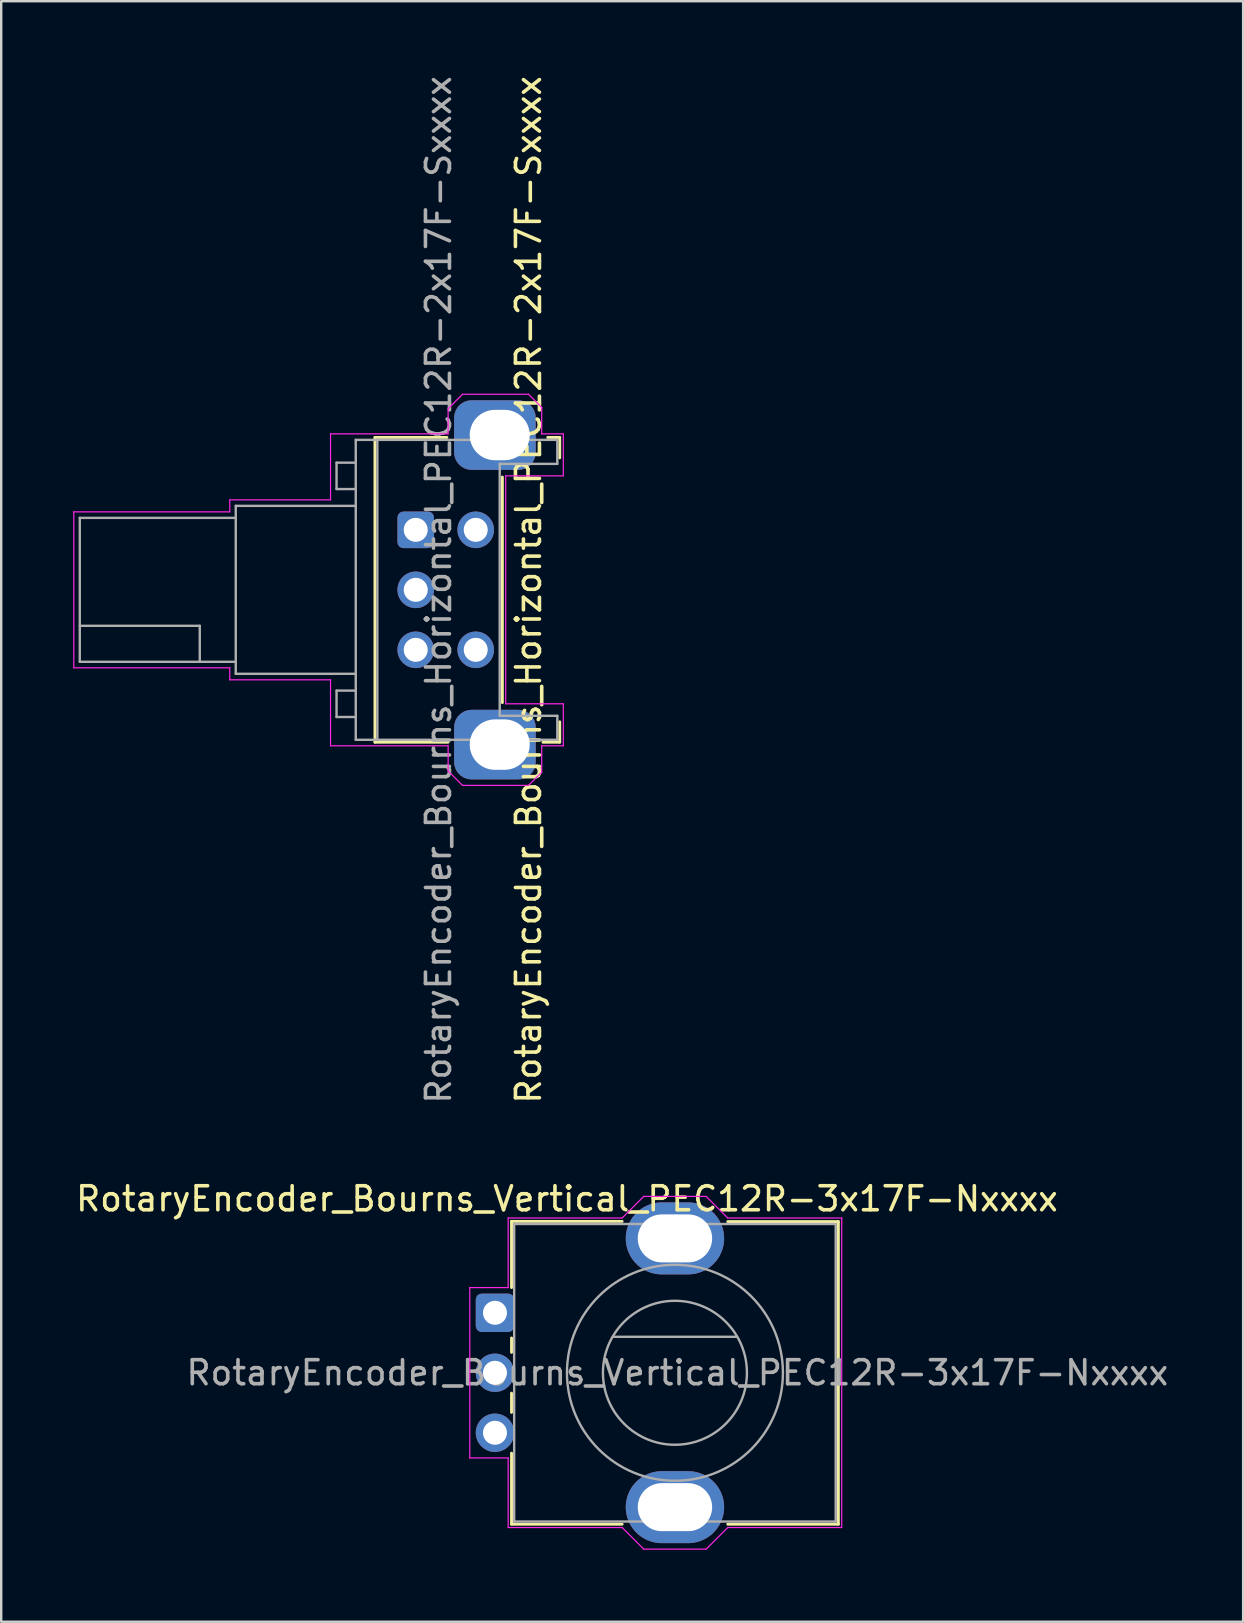
<source format=kicad_pcb>
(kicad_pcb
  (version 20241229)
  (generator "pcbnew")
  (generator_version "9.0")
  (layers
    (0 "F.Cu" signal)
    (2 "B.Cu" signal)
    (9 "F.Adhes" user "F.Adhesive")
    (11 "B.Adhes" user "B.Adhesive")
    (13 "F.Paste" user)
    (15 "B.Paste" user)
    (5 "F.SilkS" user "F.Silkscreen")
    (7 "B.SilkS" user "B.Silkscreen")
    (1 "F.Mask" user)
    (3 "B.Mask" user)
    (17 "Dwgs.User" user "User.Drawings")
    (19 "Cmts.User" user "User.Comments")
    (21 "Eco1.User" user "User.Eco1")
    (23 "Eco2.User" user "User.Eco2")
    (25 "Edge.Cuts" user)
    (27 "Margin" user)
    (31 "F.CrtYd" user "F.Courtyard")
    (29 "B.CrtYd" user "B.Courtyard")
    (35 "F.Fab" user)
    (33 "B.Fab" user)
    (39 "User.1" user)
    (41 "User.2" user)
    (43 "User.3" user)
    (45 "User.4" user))
  (footprint "RotaryEncoder_Bourns_Horizontal_PEC12R-2x17F-Sxxxx"
    (layer "F.Cu")
    (at 14.275 19.03)
    (property "Reference" "RotaryEncoder_Bourns_Horizontal_PEC12R-2x17F-Sxxxx" (at 4.7 2.5 270) (layer "F.SilkS") (effects (font (size 1 1) (thickness 0.15))))
    (attr through_hole)
    (fp_line (start -1.7 -3.85) (end -1.7 8.85) (stroke (width 0.12) (type solid)) (layer "F.SilkS"))
    (fp_line (start -1.7 8.85) (end 1.35 8.85) (stroke (width 0.12) (type solid)) (layer "F.SilkS"))
    (fp_line (start 1.3 -3.85) (end -1.7 -3.85) (stroke (width 0.12) (type solid)) (layer "F.SilkS"))
    (fp_line (start 3.61 -2.2) (end 3.61 7.2) (stroke (width 0.12) (type solid)) (layer "F.SilkS"))
    (fp_line (start 5.3 8.85) (end 6 8.85) (stroke (width 0.12) (type solid)) (layer "F.SilkS"))
    (fp_line (start 6 -3.85) (end 5.5 -3.85) (stroke (width 0.12) (type solid)) (layer "F.SilkS"))
    (fp_line (start 6 -3) (end 6 -3.85) (stroke (width 0.12) (type solid)) (layer "F.SilkS"))
    (fp_line (start 6 8.85) (end 6 8) (stroke (width 0.12) (type solid)) (layer "F.SilkS"))
    (fp_line (start -14.25 -0.75) (end -14.25 5.75) (stroke (width 0.05) (type default)) (layer "F.CrtYd"))
    (fp_line (start -14.25 5.75) (end -7.75 5.75) (stroke (width 0.05) (type default)) (layer "F.CrtYd"))
    (fp_line (start -7.75 -1.25) (end -3.55 -1.25) (stroke (width 0.05) (type default)) (layer "F.CrtYd"))
    (fp_line (start -7.75 -0.75) (end -14.25 -0.75) (stroke (width 0.05) (type default)) (layer "F.CrtYd"))
    (fp_line (start -7.75 -0.75) (end -7.75 -1.25) (stroke (width 0.05) (type default)) (layer "F.CrtYd"))
    (fp_line (start -7.75 5.75) (end -7.75 6.25) (stroke (width 0.05) (type default)) (layer "F.CrtYd"))
    (fp_line (start -7.75 6.25) (end -3.55 6.25) (stroke (width 0.05) (type default)) (layer "F.CrtYd"))
    (fp_line (start -3.55 -4) (end 1.35 -4) (stroke (width 0.05) (type solid)) (layer "F.CrtYd"))
    (fp_line (start -3.55 -1.25) (end -3.55 -4) (stroke (width 0.05) (type solid)) (layer "F.CrtYd"))
    (fp_line (start -3.55 9) (end -3.55 6.25) (stroke (width 0.05) (type solid)) (layer "F.CrtYd"))
    (fp_line (start 1.35 -5.05) (end 1.95 -5.65) (stroke (width 0.05) (type default)) (layer "F.CrtYd"))
    (fp_line (start 1.35 -4) (end 1.35 -5.05) (stroke (width 0.05) (type default)) (layer "F.CrtYd"))
    (fp_line (start 1.35 9) (end -3.55 9) (stroke (width 0.05) (type solid)) (layer "F.CrtYd"))
    (fp_line (start 1.35 10.05) (end 1.35 9) (stroke (width 0.05) (type default)) (layer "F.CrtYd"))
    (fp_line (start 1.35 10.05) (end 1.95 10.65) (stroke (width 0.05) (type default)) (layer "F.CrtYd"))
    (fp_line (start 3.75 -2.25) (end 6.15 -2.25) (stroke (width 0.05) (type default)) (layer "F.CrtYd"))
    (fp_line (start 3.75 7.25) (end 3.75 -2.25) (stroke (width 0.05) (type default)) (layer "F.CrtYd"))
    (fp_line (start 4.7 -5.65) (end 1.95 -5.65) (stroke (width 0.05) (type default)) (layer "F.CrtYd"))
    (fp_line (start 4.7 -5.65) (end 5.25 -5.1) (stroke (width 0.05) (type default)) (layer "F.CrtYd"))
    (fp_line (start 4.7 10.65) (end 1.95 10.65) (stroke (width 0.05) (type default)) (layer "F.CrtYd"))
    (fp_line (start 4.7 10.65) (end 5.25 10.1) (stroke (width 0.05) (type default)) (layer "F.CrtYd"))
    (fp_line (start 5.25 -4) (end 5.25 -5.1) (stroke (width 0.05) (type default)) (layer "F.CrtYd"))
    (fp_line (start 5.25 9) (end 5.25 10.1) (stroke (width 0.05) (type default)) (layer "F.CrtYd"))
    (fp_line (start 6.15 -4) (end 5.25 -4) (stroke (width 0.05) (type solid)) (layer "F.CrtYd"))
    (fp_line (start 6.15 -4) (end 6.15 -2.25) (stroke (width 0.05) (type solid)) (layer "F.CrtYd"))
    (fp_line (start 6.15 7.25) (end 3.75 7.25) (stroke (width 0.05) (type default)) (layer "F.CrtYd"))
    (fp_line (start 6.15 7.25) (end 6.15 9) (stroke (width 0.05) (type solid)) (layer "F.CrtYd"))
    (fp_line (start 6.15 9) (end 5.25 9) (stroke (width 0.05) (type solid)) (layer "F.CrtYd"))
    (fp_line (start -14 -0.5) (end -14 5.5) (stroke (width 0.1) (type default)) (layer "F.Fab"))
    (fp_line (start -14 4) (end -9 4) (stroke (width 0.1) (type default)) (layer "F.Fab"))
    (fp_line (start -14 5.5) (end -7.5 5.5) (stroke (width 0.1) (type solid)) (layer "F.Fab"))
    (fp_line (start -9 4) (end -9 5.5) (stroke (width 0.1) (type default)) (layer "F.Fab"))
    (fp_line (start -7.5 -1) (end -7.5 6) (stroke (width 0.1) (type default)) (layer "F.Fab"))
    (fp_line (start -7.5 -1) (end -2.5 -1) (stroke (width 0.1) (type default)) (layer "F.Fab"))
    (fp_line (start -7.5 -0.5) (end -14 -0.5) (stroke (width 0.1) (type solid)) (layer "F.Fab"))
    (fp_line (start -7.5 6) (end -2.5 6) (stroke (width 0.1) (type default)) (layer "F.Fab"))
    (fp_line (start -3.3 -2.8) (end -2.5 -2.8) (stroke (width 0.1) (type default)) (layer "F.Fab"))
    (fp_line (start -3.3 -1.7) (end -3.3 -2.8) (stroke (width 0.1) (type default)) (layer "F.Fab"))
    (fp_line (start -3.3 6.7) (end -2.5 6.7) (stroke (width 0.1) (type default)) (layer "F.Fab"))
    (fp_line (start -3.3 7.8) (end -3.3 6.7) (stroke (width 0.1) (type default)) (layer "F.Fab"))
    (fp_line (start -2.5 -3.75) (end 5.9 -3.75) (stroke (width 0.1) (type solid)) (layer "F.Fab"))
    (fp_line (start -2.5 -1.7) (end -3.3 -1.7) (stroke (width 0.1) (type default)) (layer "F.Fab"))
    (fp_line (start -2.5 7.8) (end -3.3 7.8) (stroke (width 0.1) (type default)) (layer "F.Fab"))
    (fp_line (start -2.5 8.75) (end -2.5 -3.75) (stroke (width 0.1) (type solid)) (layer "F.Fab"))
    (fp_line (start -1.6 8.75) (end -1.6 -3.75) (stroke (width 0.1) (type solid)) (layer "F.Fab"))
    (fp_line (start 3.5 -2.75) (end 5.9 -2.75) (stroke (width 0.1) (type default)) (layer "F.Fab"))
    (fp_line (start 3.5 7.75) (end 3.5 -2.75) (stroke (width 0.1) (type default)) (layer "F.Fab"))
    (fp_line (start 3.5 7.75) (end 5.9 7.75) (stroke (width 0.1) (type default)) (layer "F.Fab"))
    (fp_line (start 5.9 -3.7) (end 5.9 -2.75) (stroke (width 0.1) (type solid)) (layer "F.Fab"))
    (fp_line (start 5.9 7.75) (end 5.9 8.75) (stroke (width 0.1) (type solid)) (layer "F.Fab"))
    (fp_line (start 5.9 8.75) (end -2.5 8.75) (stroke (width 0.1) (type solid)) (layer "F.Fab"))
    (fp_text user "${REFERENCE}" (at 0.95 2.5 90) (layer "F.Fab") (effects (font (size 1 1) (thickness 0.15))))
    (pad "A" thru_hole roundrect (at 0 0 270) (size 1.524 1.524) (drill 1) (layers "*.Cu" "*.Mask") (roundrect_rratio 0.164))
    (pad "B" thru_hole circle (at 0 5 270) (size 1.524 1.524) (drill 1) (layers "*.Cu" "*.Mask"))
    (pad "C" thru_hole circle (at 0 2.5 270) (size 1.524 1.524) (drill 1) (layers "*.Cu" "*.Mask"))
    (pad "S1" thru_hole circle (at 2.5 0 270) (size 1.524 1.524) (drill 1) (layers "*.Cu" "*.Mask"))
    (pad "S2" thru_hole circle (at 2.5 5 270) (size 1.524 1.524) (drill 1) (layers "*.Cu" "*.Mask"))
    (pad "SH" thru_hole roundrect (at 3.5 -3.95 180) (size 3.4 2.9) (drill oval 2.5 2.1 (offset 0.2 0)) (layers "*.Cu" "*.Mask") (roundrect_rratio 0.25))
    (pad "SH" thru_hole roundrect (at 3.5 8.95 180) (size 3.4 2.9) (drill oval 2.5 2.1 (offset 0.2 0)) (layers "*.Cu" "*.Mask") (roundrect_rratio 0.25))
    (zone (net_name "") (layer "F.Cu") (name "Shell contact") (hatch edge 0.5) (connect_pads) (min_thickness 0.25) (filled_areas_thickness no) (keepout (tracks not_allowed) (vias not_allowed) (pads not_allowed) (copperpour not_allowed) (footprints not_allowed)) (placement (enabled no)) (fill) (polygon (pts (xy 13.925 16.28) (xy 13.925 15.03) (xy 12.425 15.03) (xy 12.425 16.28))))
    (zone (net_name "") (layer "F.Cu") (name "Shell contact") (hatch edge 0.5) (connect_pads) (min_thickness 0.25) (filled_areas_thickness no) (keepout (tracks not_allowed) (vias not_allowed) (pads not_allowed) (copperpour not_allowed) (footprints not_allowed)) (placement (enabled no)) (fill) (polygon (pts (xy 13.925 28.03) (xy 13.925 26.78) (xy 12.425 26.78) (xy 12.425 28.03))))
    (zone (net_name "") (layer "F.Cu") (name "Shell contact") (hatch edge 0.5) (connect_pads) (min_thickness 0.25) (filled_areas_thickness no) (keepout (tracks not_allowed) (vias not_allowed) (pads not_allowed) (copperpour not_allowed) (footprints not_allowed)) (placement (enabled no)) (fill) (polygon (pts (xy 20.275 16.28) (xy 20.275 15.03) (xy 19.275 15.03) (xy 19.275 16.28))))
    (zone (net_name "") (layer "F.Cu") (name "Shell contact") (hatch edge 0.5) (connect_pads) (min_thickness 0.25) (filled_areas_thickness no) (keepout (tracks not_allowed) (vias not_allowed) (pads not_allowed) (copperpour not_allowed) (footprints not_allowed)) (placement (enabled no)) (fill) (polygon (pts (xy 20.275 28.03) (xy 20.275 26.78) (xy 19.275 26.78) (xy 19.275 28.03)))))
  (footprint "RotaryEncoder_Bourns_Vertical_PEC12R-3x17F-Nxxxx"
    (layer "F.Cu")
    (at 17.577 51.658)
    (property "Reference" "RotaryEncoder_Bourns_Vertical_PEC12R-3x17F-Nxxxx" (at 3 -4.75 180) (layer "F.SilkS") (effects (font (size 1 1) (thickness 0.15))))
    (attr through_hole)
    (fp_line (start 0.69 -3.81) (end 5.3 -3.81) (stroke (width 0.12) (type solid)) (layer "F.SilkS"))
    (fp_line (start 0.69 -1.05) (end 0.69 -3.81) (stroke (width 0.12) (type solid)) (layer "F.SilkS"))
    (fp_line (start 0.69 1.05) (end 0.69 1.65) (stroke (width 0.12) (type solid)) (layer "F.SilkS"))
    (fp_line (start 0.69 3.35) (end 0.69 4.15) (stroke (width 0.12) (type solid)) (layer "F.SilkS"))
    (fp_line (start 0.69 5.85) (end 0.69 8.81) (stroke (width 0.12) (type solid)) (layer "F.SilkS"))
    (fp_line (start 5.3 8.81) (end 0.69 8.81) (stroke (width 0.12) (type solid)) (layer "F.SilkS"))
    (fp_line (start 9.7 -3.8) (end 14.31 -3.8) (stroke (width 0.12) (type solid)) (layer "F.SilkS"))
    (fp_line (start 14.31 -3.8) (end 14.31 8.81) (stroke (width 0.12) (type solid)) (layer "F.SilkS"))
    (fp_line (start 14.31 8.81) (end 9.7 8.81) (stroke (width 0.12) (type solid)) (layer "F.SilkS"))
    (fp_line (start -1.05 -1.05) (end 0.55 -1.05) (stroke (width 0.05) (type solid)) (layer "F.CrtYd"))
    (fp_line (start -1.05 6.05) (end -1.05 -1.05) (stroke (width 0.05) (type solid)) (layer "F.CrtYd"))
    (fp_line (start 0.55 -3.95) (end 5.3 -3.95) (stroke (width 0.05) (type solid)) (layer "F.CrtYd"))
    (fp_line (start 0.55 -1.05) (end 0.55 -3.95) (stroke (width 0.05) (type solid)) (layer "F.CrtYd"))
    (fp_line (start 0.55 6.05) (end -1.05 6.05) (stroke (width 0.05) (type solid)) (layer "F.CrtYd"))
    (fp_line (start 0.55 8.95) (end 0.55 6.05) (stroke (width 0.05) (type solid)) (layer "F.CrtYd"))
    (fp_line (start 5.3 -3.95) (end 6.2 -4.85) (stroke (width 0.05) (type solid)) (layer "F.CrtYd"))
    (fp_line (start 5.3 8.95) (end 0.55 8.95) (stroke (width 0.05) (type solid)) (layer "F.CrtYd"))
    (fp_line (start 5.3 8.95) (end 6.2 9.85) (stroke (width 0.05) (type solid)) (layer "F.CrtYd"))
    (fp_line (start 6.2 -4.85) (end 8.8 -4.85) (stroke (width 0.05) (type solid)) (layer "F.CrtYd"))
    (fp_line (start 8.8 9.85) (end 6.2 9.85) (stroke (width 0.05) (type solid)) (layer "F.CrtYd"))
    (fp_line (start 9.7 -3.95) (end 8.8 -4.85) (stroke (width 0.05) (type solid)) (layer "F.CrtYd"))
    (fp_line (start 9.7 -3.95) (end 14.45 -3.95) (stroke (width 0.05) (type solid)) (layer "F.CrtYd"))
    (fp_line (start 9.7 8.95) (end 8.8 9.85) (stroke (width 0.05) (type solid)) (layer "F.CrtYd"))
    (fp_line (start 14.45 -3.95) (end 14.45 8.95) (stroke (width 0.05) (type solid)) (layer "F.CrtYd"))
    (fp_line (start 14.45 8.95) (end 9.7 8.95) (stroke (width 0.05) (type solid)) (layer "F.CrtYd"))
    (fp_line (start 0.8 -3.7) (end 0.8 8.7) (stroke (width 0.1) (type solid)) (layer "F.Fab"))
    (fp_line (start 0.8 8.7) (end 14.2 8.7) (stroke (width 0.1) (type solid)) (layer "F.Fab"))
    (fp_line (start 4.91 1) (end 10.09 1) (stroke (width 0.1) (type default)) (layer "F.Fab"))
    (fp_line (start 14.2 -3.7) (end 0.8 -3.7) (stroke (width 0.1) (type solid)) (layer "F.Fab"))
    (fp_line (start 14.2 8.7) (end 14.2 -3.7) (stroke (width 0.1) (type solid)) (layer "F.Fab"))
    (fp_circle (center 7.5 2.5) (end 10.5 2.5) (stroke (width 0.1) (type solid)) (fill no) (layer "F.Fab"))
    (fp_circle (center 7.5 2.5) (end 12 2.5) (stroke (width 0.1) (type default)) (fill no) (layer "F.Fab"))
    (fp_text user "${REFERENCE}" (at 7.6 2.5 180) (layer "F.Fab") (effects (font (size 1 1) (thickness 0.15))))
    (pad "A" thru_hole roundrect (at 0 0) (size 1.6 1.6) (drill 1) (layers "*.Cu" "*.Mask") (roundrect_rratio 0.156))
    (pad "B" thru_hole circle (at 0 5) (size 1.6 1.6) (drill 1) (layers "*.Cu" "*.Mask"))
    (pad "C" thru_hole circle (at 0 2.5) (size 1.6 1.6) (drill 1) (layers "*.Cu" "*.Mask"))
    (pad "SH" thru_hole oval (at 7.5 -3.1) (size 4.1 3) (drill oval 3.1 2) (layers "*.Cu" "*.Mask"))
    (pad "SH" thru_hole oval (at 7.5 8.1) (size 4.1 3) (drill oval 3.1 2) (layers "*.Cu" "*.Mask")))
  (gr_rect
    (start -3 -3)
    (end 48.755 64.533)
    (stroke (width 0.1) (type default))
    (fill no)
    (layer "Edge.Cuts")))
</source>
